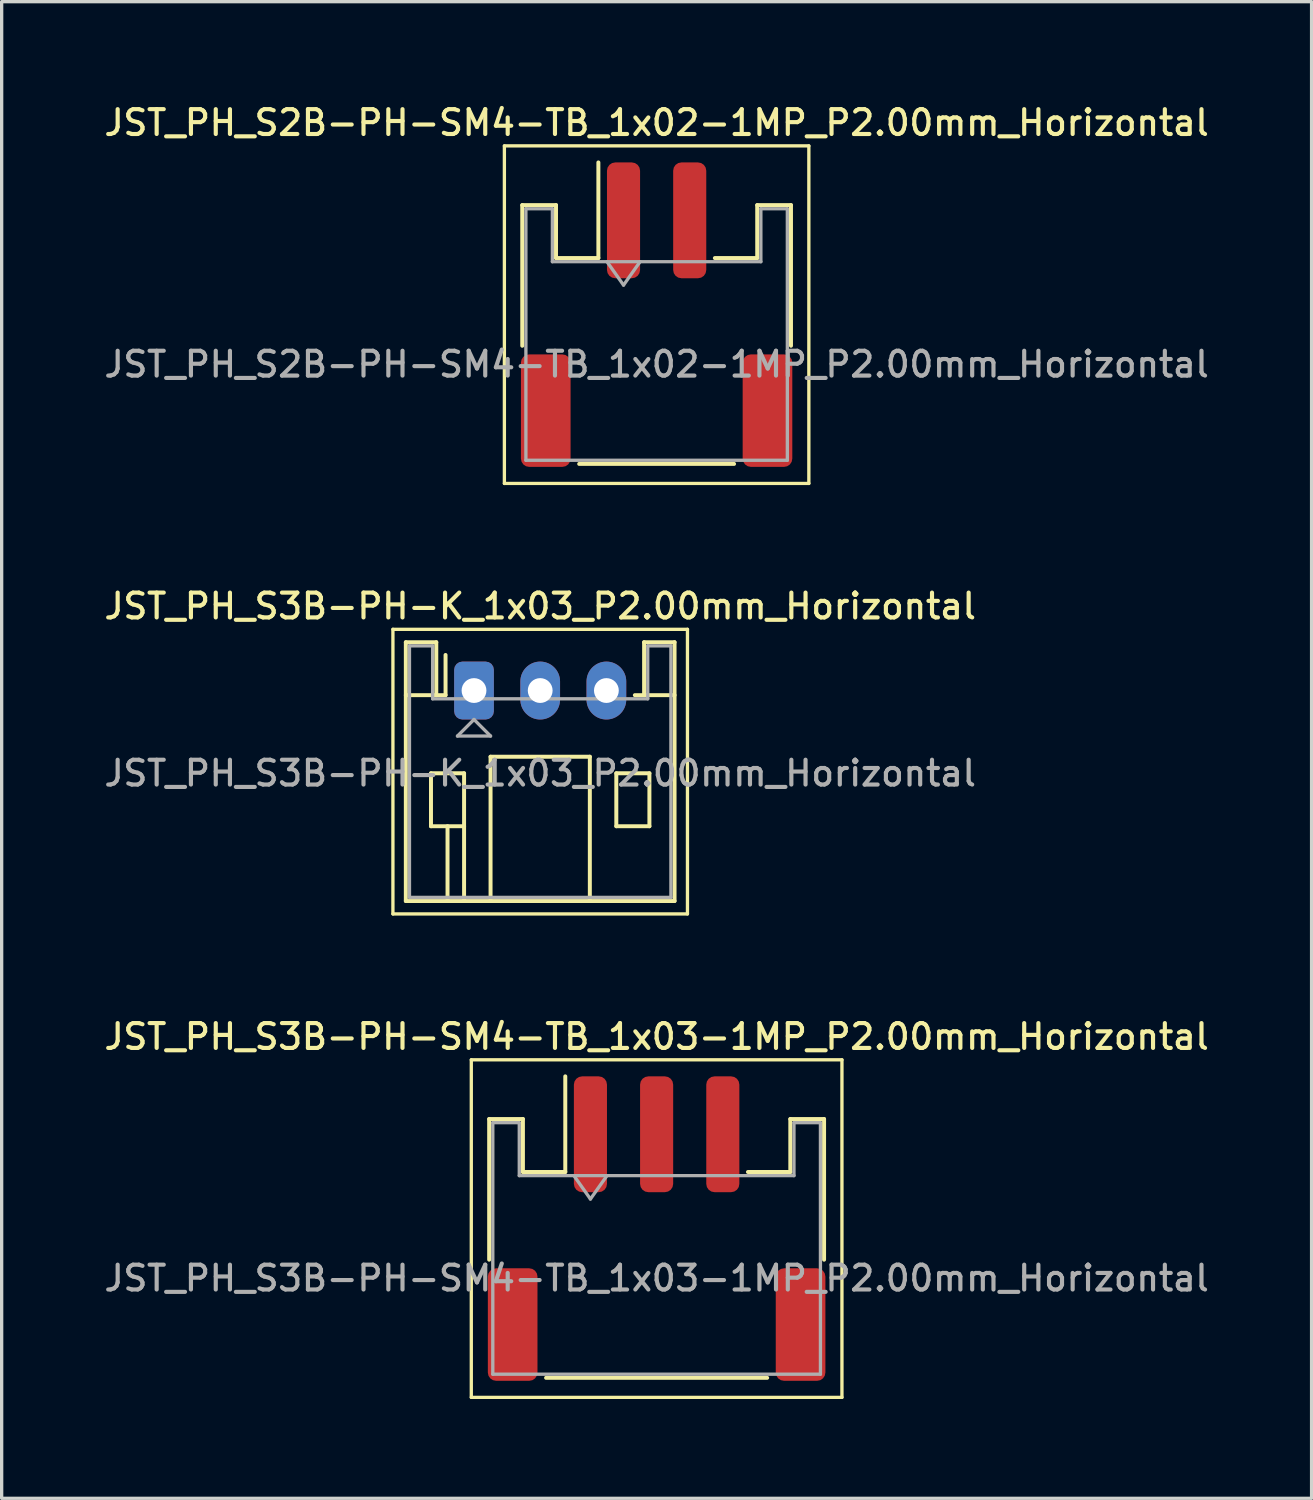
<source format=kicad_pcb>
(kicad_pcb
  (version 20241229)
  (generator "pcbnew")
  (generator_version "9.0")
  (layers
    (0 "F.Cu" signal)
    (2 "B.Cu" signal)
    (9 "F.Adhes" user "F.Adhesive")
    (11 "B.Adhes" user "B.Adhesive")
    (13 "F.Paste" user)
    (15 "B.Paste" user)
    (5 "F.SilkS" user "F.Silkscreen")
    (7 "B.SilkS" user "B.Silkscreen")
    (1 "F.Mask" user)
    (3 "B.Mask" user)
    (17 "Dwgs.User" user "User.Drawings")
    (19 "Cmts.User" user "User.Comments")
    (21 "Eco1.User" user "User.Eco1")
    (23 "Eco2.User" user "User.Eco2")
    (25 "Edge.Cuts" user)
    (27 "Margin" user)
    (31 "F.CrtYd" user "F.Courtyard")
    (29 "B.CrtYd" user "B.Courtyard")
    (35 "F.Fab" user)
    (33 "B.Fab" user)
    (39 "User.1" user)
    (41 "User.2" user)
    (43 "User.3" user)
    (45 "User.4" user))
  (footprint "JST_PH_S3B-PH-SM4-TB_1x03-1MP_P2.00mm_Horizontal"
    (layer "F.Cu")
    (at 16.791 34.074)
    (property "Reference" "JST_PH_S3B-PH-SM4-TB_1x03-1MP_P2.00mm_Horizontal" (at 0 -5.8 0) (layer "F.SilkS") (effects (font (size 0.75 0.75) (thickness 0.125))))
    (attr smd)
    (fp_line (start -5.6 -5.1) (end -5.6 5.1) (stroke (width 0.1) (type solid)) (layer "F.SilkS"))
    (fp_line (start -5.6 5.1) (end 5.6 5.1) (stroke (width 0.1) (type solid)) (layer "F.SilkS"))
    (fp_line (start -5.06 -3.31) (end -4.04 -3.31) (stroke (width 0.12) (type solid)) (layer "F.SilkS"))
    (fp_line (start -5.06 0.94) (end -5.06 -3.31) (stroke (width 0.12) (type solid)) (layer "F.SilkS"))
    (fp_line (start -4.04 -3.31) (end -4.04 -1.71) (stroke (width 0.12) (type solid)) (layer "F.SilkS"))
    (fp_line (start -4.04 -1.71) (end -2.76 -1.71) (stroke (width 0.12) (type solid)) (layer "F.SilkS"))
    (fp_line (start -3.34 4.51) (end 3.34 4.51) (stroke (width 0.12) (type solid)) (layer "F.SilkS"))
    (fp_line (start -2.76 -1.71) (end -2.76 -4.6) (stroke (width 0.12) (type solid)) (layer "F.SilkS"))
    (fp_line (start 4.04 -3.31) (end 4.04 -1.71) (stroke (width 0.12) (type solid)) (layer "F.SilkS"))
    (fp_line (start 4.04 -1.71) (end 2.76 -1.71) (stroke (width 0.12) (type solid)) (layer "F.SilkS"))
    (fp_line (start 5.06 -3.31) (end 4.04 -3.31) (stroke (width 0.12) (type solid)) (layer "F.SilkS"))
    (fp_line (start 5.06 0.94) (end 5.06 -3.31) (stroke (width 0.12) (type solid)) (layer "F.SilkS"))
    (fp_line (start 5.6 -5.1) (end -5.6 -5.1) (stroke (width 0.1) (type solid)) (layer "F.SilkS"))
    (fp_line (start 5.6 5.1) (end 5.6 -5.1) (stroke (width 0.1) (type solid)) (layer "F.SilkS"))
    (fp_line (start -4.95 -3.2) (end -4.95 4.4) (stroke (width 0.1) (type solid)) (layer "F.Fab"))
    (fp_line (start -4.95 -3.2) (end -4.15 -3.2) (stroke (width 0.1) (type solid)) (layer "F.Fab"))
    (fp_line (start -4.95 4.4) (end 4.95 4.4) (stroke (width 0.1) (type solid)) (layer "F.Fab"))
    (fp_line (start -4.15 -3.2) (end -4.15 -1.6) (stroke (width 0.1) (type solid)) (layer "F.Fab"))
    (fp_line (start -4.15 -1.6) (end 4.15 -1.6) (stroke (width 0.1) (type solid)) (layer "F.Fab"))
    (fp_line (start -2.5 -1.6) (end -2 -0.893) (stroke (width 0.1) (type solid)) (layer "F.Fab"))
    (fp_line (start -2 -0.893) (end -1.5 -1.6) (stroke (width 0.1) (type solid)) (layer "F.Fab"))
    (fp_line (start 4.15 -3.2) (end 4.95 -3.2) (stroke (width 0.1) (type solid)) (layer "F.Fab"))
    (fp_line (start 4.15 -1.6) (end 4.15 -3.2) (stroke (width 0.1) (type solid)) (layer "F.Fab"))
    (fp_line (start 4.95 -3.2) (end 4.95 4.4) (stroke (width 0.1) (type solid)) (layer "F.Fab"))
    (fp_text user "${REFERENCE}" (at 0 1.5 0) (layer "F.Fab") (effects (font (size 0.75 0.75) (thickness 0.125))))
    (pad "1" smd roundrect (at -2 -2.85) (size 1 3.5) (layers "F.Cu" "F.Mask" "F.Paste") (roundrect_rratio 0.25))
    (pad "2" smd roundrect (at 0 -2.85) (size 1 3.5) (layers "F.Cu" "F.Mask" "F.Paste") (roundrect_rratio 0.25))
    (pad "3" smd roundrect (at 2 -2.85) (size 1 3.5) (layers "F.Cu" "F.Mask" "F.Paste") (roundrect_rratio 0.25))
    (pad "MP" smd roundrect (at -4.35 2.9) (size 1.5 3.4) (layers "F.Cu" "F.Mask" "F.Paste") (roundrect_rratio 0.167))
    (pad "MP" smd roundrect (at 4.35 2.9) (size 1.5 3.4) (layers "F.Cu" "F.Mask" "F.Paste") (roundrect_rratio 0.167)))
  (footprint "JST_PH_S3B-PH-K_1x03_P2.00mm_Horizontal"
    (layer "F.Cu")
    (at 11.273 17.816)
    (property "Reference" "JST_PH_S3B-PH-K_1x03_P2.00mm_Horizontal" (at 2 -2.55 0) (layer "F.SilkS") (effects (font (size 0.75 0.75) (thickness 0.125))))
    (attr through_hole)
    (fp_line (start -2.45 -1.85) (end -2.45 6.75) (stroke (width 0.1) (type solid)) (layer "F.SilkS"))
    (fp_line (start -2.45 6.75) (end 6.45 6.75) (stroke (width 0.1) (type solid)) (layer "F.SilkS"))
    (fp_line (start -2.06 -1.46) (end -2.06 6.36) (stroke (width 0.12) (type solid)) (layer "F.SilkS"))
    (fp_line (start -2.06 0.14) (end -1.14 0.14) (stroke (width 0.12) (type solid)) (layer "F.SilkS"))
    (fp_line (start -2.06 6.36) (end 6.06 6.36) (stroke (width 0.12) (type solid)) (layer "F.SilkS"))
    (fp_line (start -1.3 2.5) (end -1.3 4.1) (stroke (width 0.12) (type solid)) (layer "F.SilkS"))
    (fp_line (start -1.3 4.1) (end -0.3 4.1) (stroke (width 0.12) (type solid)) (layer "F.SilkS"))
    (fp_line (start -1.14 -1.46) (end -2.06 -1.46) (stroke (width 0.12) (type solid)) (layer "F.SilkS"))
    (fp_line (start -1.14 0.14) (end -1.14 -1.46) (stroke (width 0.12) (type solid)) (layer "F.SilkS"))
    (fp_line (start -0.86 0.14) (end -1.14 0.14) (stroke (width 0.12) (type solid)) (layer "F.SilkS"))
    (fp_line (start -0.86 0.14) (end -0.86 -1.075) (stroke (width 0.12) (type solid)) (layer "F.SilkS"))
    (fp_line (start -0.8 4.1) (end -0.8 6.36) (stroke (width 0.12) (type solid)) (layer "F.SilkS"))
    (fp_line (start -0.3 2.5) (end -1.3 2.5) (stroke (width 0.12) (type solid)) (layer "F.SilkS"))
    (fp_line (start -0.3 4.1) (end -0.3 2.5) (stroke (width 0.12) (type solid)) (layer "F.SilkS"))
    (fp_line (start -0.3 4.1) (end -0.3 6.36) (stroke (width 0.12) (type solid)) (layer "F.SilkS"))
    (fp_line (start 0.5 2) (end 3.5 2) (stroke (width 0.12) (type solid)) (layer "F.SilkS"))
    (fp_line (start 0.5 6.36) (end 0.5 2) (stroke (width 0.12) (type solid)) (layer "F.SilkS"))
    (fp_line (start 3.5 2) (end 3.5 6.36) (stroke (width 0.12) (type solid)) (layer "F.SilkS"))
    (fp_line (start 4.3 2.5) (end 5.3 2.5) (stroke (width 0.12) (type solid)) (layer "F.SilkS"))
    (fp_line (start 4.3 4.1) (end 4.3 2.5) (stroke (width 0.12) (type solid)) (layer "F.SilkS"))
    (fp_line (start 5.14 -1.46) (end 5.14 0.14) (stroke (width 0.12) (type solid)) (layer "F.SilkS"))
    (fp_line (start 5.14 0.14) (end 4.86 0.14) (stroke (width 0.12) (type solid)) (layer "F.SilkS"))
    (fp_line (start 5.3 2.5) (end 5.3 4.1) (stroke (width 0.12) (type solid)) (layer "F.SilkS"))
    (fp_line (start 5.3 4.1) (end 4.3 4.1) (stroke (width 0.12) (type solid)) (layer "F.SilkS"))
    (fp_line (start 6.06 -1.46) (end 5.14 -1.46) (stroke (width 0.12) (type solid)) (layer "F.SilkS"))
    (fp_line (start 6.06 0.14) (end 5.14 0.14) (stroke (width 0.12) (type solid)) (layer "F.SilkS"))
    (fp_line (start 6.06 6.36) (end 6.06 -1.46) (stroke (width 0.12) (type solid)) (layer "F.SilkS"))
    (fp_line (start 6.45 -1.85) (end -2.45 -1.85) (stroke (width 0.1) (type solid)) (layer "F.SilkS"))
    (fp_line (start 6.45 6.75) (end 6.45 -1.85) (stroke (width 0.1) (type solid)) (layer "F.SilkS"))
    (fp_line (start -1.95 -1.35) (end -1.95 6.25) (stroke (width 0.1) (type solid)) (layer "F.Fab"))
    (fp_line (start -1.95 6.25) (end 5.95 6.25) (stroke (width 0.1) (type solid)) (layer "F.Fab"))
    (fp_line (start -1.25 -1.35) (end -1.95 -1.35) (stroke (width 0.1) (type solid)) (layer "F.Fab"))
    (fp_line (start -1.25 0.25) (end -1.25 -1.35) (stroke (width 0.1) (type solid)) (layer "F.Fab"))
    (fp_line (start -0.5 1.375) (end 0.5 1.375) (stroke (width 0.1) (type solid)) (layer "F.Fab"))
    (fp_line (start 0 0.875) (end -0.5 1.375) (stroke (width 0.1) (type solid)) (layer "F.Fab"))
    (fp_line (start 0.5 1.375) (end 0 0.875) (stroke (width 0.1) (type solid)) (layer "F.Fab"))
    (fp_line (start 5.25 -1.35) (end 5.25 0.25) (stroke (width 0.1) (type solid)) (layer "F.Fab"))
    (fp_line (start 5.25 0.25) (end -1.25 0.25) (stroke (width 0.1) (type solid)) (layer "F.Fab"))
    (fp_line (start 5.95 -1.35) (end 5.25 -1.35) (stroke (width 0.1) (type solid)) (layer "F.Fab"))
    (fp_line (start 5.95 6.25) (end 5.95 -1.35) (stroke (width 0.1) (type solid)) (layer "F.Fab"))
    (fp_text user "${REFERENCE}" (at 2 2.5 0) (layer "F.Fab") (effects (font (size 0.75 0.75) (thickness 0.125))))
    (pad "1" thru_hole roundrect (at 0 0) (size 1.2 1.75) (drill 0.75) (layers "*.Cu" "*.Mask") (roundrect_rratio 0.208))
    (pad "2" thru_hole oval (at 2 0) (size 1.2 1.75) (drill 0.75) (layers "*.Cu" "*.Mask"))
    (pad "3" thru_hole oval (at 4 0) (size 1.2 1.75) (drill 0.75) (layers "*.Cu" "*.Mask")))
  (footprint "JST_PH_S2B-PH-SM4-TB_1x02-1MP_P2.00mm_Horizontal"
    (layer "F.Cu")
    (at 16.791 6.458)
    (property "Reference" "JST_PH_S2B-PH-SM4-TB_1x02-1MP_P2.00mm_Horizontal" (at 0 -5.8 0) (layer "F.SilkS") (effects (font (size 0.75 0.75) (thickness 0.125))))
    (attr smd)
    (fp_line (start -4.6 -5.1) (end -4.6 5.1) (stroke (width 0.1) (type solid)) (layer "F.SilkS"))
    (fp_line (start -4.6 5.1) (end 4.6 5.1) (stroke (width 0.1) (type solid)) (layer "F.SilkS"))
    (fp_line (start -4.06 -3.31) (end -3.04 -3.31) (stroke (width 0.12) (type solid)) (layer "F.SilkS"))
    (fp_line (start -4.06 0.94) (end -4.06 -3.31) (stroke (width 0.12) (type solid)) (layer "F.SilkS"))
    (fp_line (start -3.04 -3.31) (end -3.04 -1.71) (stroke (width 0.12) (type solid)) (layer "F.SilkS"))
    (fp_line (start -3.04 -1.71) (end -1.76 -1.71) (stroke (width 0.12) (type solid)) (layer "F.SilkS"))
    (fp_line (start -2.34 4.51) (end 2.34 4.51) (stroke (width 0.12) (type solid)) (layer "F.SilkS"))
    (fp_line (start -1.76 -1.71) (end -1.76 -4.6) (stroke (width 0.12) (type solid)) (layer "F.SilkS"))
    (fp_line (start 3.04 -3.31) (end 3.04 -1.71) (stroke (width 0.12) (type solid)) (layer "F.SilkS"))
    (fp_line (start 3.04 -1.71) (end 1.76 -1.71) (stroke (width 0.12) (type solid)) (layer "F.SilkS"))
    (fp_line (start 4.06 -3.31) (end 3.04 -3.31) (stroke (width 0.12) (type solid)) (layer "F.SilkS"))
    (fp_line (start 4.06 0.94) (end 4.06 -3.31) (stroke (width 0.12) (type solid)) (layer "F.SilkS"))
    (fp_line (start 4.6 -5.1) (end -4.6 -5.1) (stroke (width 0.1) (type solid)) (layer "F.SilkS"))
    (fp_line (start 4.6 5.1) (end 4.6 -5.1) (stroke (width 0.1) (type solid)) (layer "F.SilkS"))
    (fp_line (start -3.95 -3.2) (end -3.95 4.4) (stroke (width 0.1) (type solid)) (layer "F.Fab"))
    (fp_line (start -3.95 -3.2) (end -3.15 -3.2) (stroke (width 0.1) (type solid)) (layer "F.Fab"))
    (fp_line (start -3.95 4.4) (end 3.95 4.4) (stroke (width 0.1) (type solid)) (layer "F.Fab"))
    (fp_line (start -3.15 -3.2) (end -3.15 -1.6) (stroke (width 0.1) (type solid)) (layer "F.Fab"))
    (fp_line (start -3.15 -1.6) (end 3.15 -1.6) (stroke (width 0.1) (type solid)) (layer "F.Fab"))
    (fp_line (start -1.5 -1.6) (end -1 -0.893) (stroke (width 0.1) (type solid)) (layer "F.Fab"))
    (fp_line (start -1 -0.893) (end -0.5 -1.6) (stroke (width 0.1) (type solid)) (layer "F.Fab"))
    (fp_line (start 3.15 -3.2) (end 3.95 -3.2) (stroke (width 0.1) (type solid)) (layer "F.Fab"))
    (fp_line (start 3.15 -1.6) (end 3.15 -3.2) (stroke (width 0.1) (type solid)) (layer "F.Fab"))
    (fp_line (start 3.95 -3.2) (end 3.95 4.4) (stroke (width 0.1) (type solid)) (layer "F.Fab"))
    (fp_text user "${REFERENCE}" (at 0 1.5 0) (layer "F.Fab") (effects (font (size 0.75 0.75) (thickness 0.125))))
    (pad "1" smd roundrect (at -1 -2.85) (size 1 3.5) (layers "F.Cu" "F.Mask" "F.Paste") (roundrect_rratio 0.25))
    (pad "2" smd roundrect (at 1 -2.85) (size 1 3.5) (layers "F.Cu" "F.Mask" "F.Paste") (roundrect_rratio 0.25))
    (pad "MP" smd roundrect (at -3.35 2.9) (size 1.5 3.4) (layers "F.Cu" "F.Mask" "F.Paste") (roundrect_rratio 0.167))
    (pad "MP" smd roundrect (at 3.35 2.9) (size 1.5 3.4) (layers "F.Cu" "F.Mask" "F.Paste") (roundrect_rratio 0.167)))
  (gr_rect
    (start -3 -3)
    (end 36.582 42.224)
    (stroke (width 0.1) (type default))
    (fill no)
    (layer "Edge.Cuts")))
</source>
